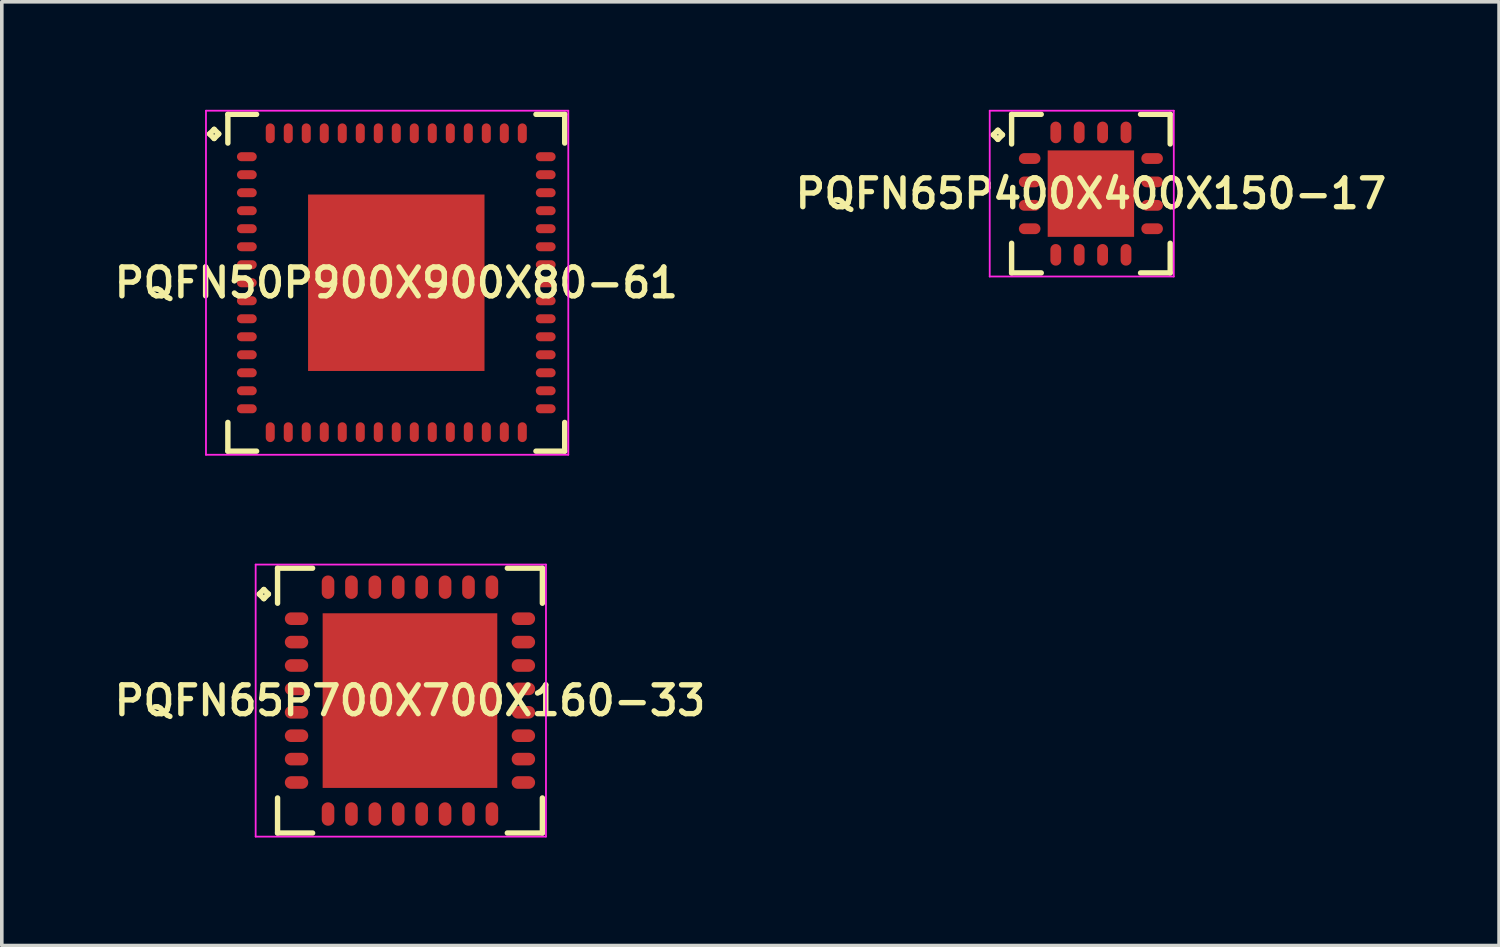
<source format=kicad_pcb>
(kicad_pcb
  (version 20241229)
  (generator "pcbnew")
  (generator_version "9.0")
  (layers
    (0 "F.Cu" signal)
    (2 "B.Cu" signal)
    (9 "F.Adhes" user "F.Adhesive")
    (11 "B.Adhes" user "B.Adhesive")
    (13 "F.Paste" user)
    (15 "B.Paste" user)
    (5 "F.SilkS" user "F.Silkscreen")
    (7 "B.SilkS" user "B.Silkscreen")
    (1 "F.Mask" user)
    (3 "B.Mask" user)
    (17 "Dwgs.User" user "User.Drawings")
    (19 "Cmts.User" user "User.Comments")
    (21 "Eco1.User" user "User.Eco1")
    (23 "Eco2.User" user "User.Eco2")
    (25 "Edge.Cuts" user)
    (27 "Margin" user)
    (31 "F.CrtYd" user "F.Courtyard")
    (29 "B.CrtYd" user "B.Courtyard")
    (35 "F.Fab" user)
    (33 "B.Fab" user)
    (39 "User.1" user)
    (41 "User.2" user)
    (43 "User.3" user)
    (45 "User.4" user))
  (footprint "PQFN65P400X400X150-17"
    (layer "F.Cu")
    (at 27.245 2.327)
    (property "Reference" "PQFN65P400X400X150-17" (at 0 0 0) (layer "F.SilkS") (effects (font (size 0.8 0.8) (thickness 0.15))))
    (attr smd)
    (fp_line (start -2.71 -1.633) (end -2.583 -1.76) (stroke (width 0.15) (type solid)) (layer "F.SilkS"))
    (fp_line (start -2.583 -1.76) (end -2.456 -1.633) (stroke (width 0.15) (type solid)) (layer "F.SilkS"))
    (fp_line (start -2.583 -1.506) (end -2.71 -1.633) (stroke (width 0.15) (type solid)) (layer "F.SilkS"))
    (fp_line (start -2.456 -1.633) (end -2.583 -1.506) (stroke (width 0.15) (type solid)) (layer "F.SilkS"))
    (fp_line (start -2.202 -2.202) (end -1.379 -2.202) (stroke (width 0.15) (type solid)) (layer "F.SilkS"))
    (fp_line (start -2.202 -1.379) (end -2.202 -2.202) (stroke (width 0.15) (type solid)) (layer "F.SilkS"))
    (fp_line (start -2.202 1.379) (end -2.202 2.202) (stroke (width 0.15) (type solid)) (layer "F.SilkS"))
    (fp_line (start -2.202 2.202) (end -1.379 2.202) (stroke (width 0.15) (type solid)) (layer "F.SilkS"))
    (fp_line (start 1.379 -2.202) (end 2.202 -2.202) (stroke (width 0.15) (type solid)) (layer "F.SilkS"))
    (fp_line (start 1.379 2.202) (end 2.202 2.202) (stroke (width 0.15) (type solid)) (layer "F.SilkS"))
    (fp_line (start 2.202 -2.202) (end 2.202 -1.379) (stroke (width 0.15) (type solid)) (layer "F.SilkS"))
    (fp_line (start 2.202 2.202) (end 2.202 1.379) (stroke (width 0.15) (type solid)) (layer "F.SilkS"))
    (fp_line (start -2.81 -2.302) (end 2.302 -2.302) (stroke (width 0.05) (type solid)) (layer "F.CrtYd"))
    (fp_line (start -2.81 2.302) (end -2.81 -2.302) (stroke (width 0.05) (type solid)) (layer "F.CrtYd"))
    (fp_line (start 2.302 -2.302) (end 2.302 2.302) (stroke (width 0.05) (type solid)) (layer "F.CrtYd"))
    (fp_line (start 2.302 2.302) (end -2.81 2.302) (stroke (width 0.05) (type solid)) (layer "F.CrtYd"))
    (pad "1" smd oval (at -1.7 -0.975) (size 0.6 0.3) (layers "F.Cu" "F.Mask" "F.Paste"))
    (pad "2" smd oval (at -1.7 -0.325) (size 0.6 0.3) (layers "F.Cu" "F.Mask" "F.Paste"))
    (pad "3" smd oval (at -1.7 0.325) (size 0.6 0.3) (layers "F.Cu" "F.Mask" "F.Paste"))
    (pad "4" smd oval (at -1.7 0.975) (size 0.6 0.3) (layers "F.Cu" "F.Mask" "F.Paste"))
    (pad "5" smd oval (at -0.975 1.7) (size 0.3 0.6) (layers "F.Cu" "F.Mask" "F.Paste"))
    (pad "6" smd oval (at -0.325 1.7) (size 0.3 0.6) (layers "F.Cu" "F.Mask" "F.Paste"))
    (pad "7" smd oval (at 0.325 1.7) (size 0.3 0.6) (layers "F.Cu" "F.Mask" "F.Paste"))
    (pad "8" smd oval (at 0.975 1.7) (size 0.3 0.6) (layers "F.Cu" "F.Mask" "F.Paste"))
    (pad "9" smd oval (at 1.7 0.975) (size 0.6 0.3) (layers "F.Cu" "F.Mask" "F.Paste"))
    (pad "10" smd oval (at 1.7 0.325) (size 0.6 0.3) (layers "F.Cu" "F.Mask" "F.Paste"))
    (pad "11" smd oval (at 1.7 -0.325) (size 0.6 0.3) (layers "F.Cu" "F.Mask" "F.Paste"))
    (pad "12" smd oval (at 1.7 -0.975) (size 0.6 0.3) (layers "F.Cu" "F.Mask" "F.Paste"))
    (pad "13" smd oval (at 0.975 -1.7) (size 0.3 0.6) (layers "F.Cu" "F.Mask" "F.Paste"))
    (pad "14" smd oval (at 0.325 -1.7) (size 0.3 0.6) (layers "F.Cu" "F.Mask" "F.Paste"))
    (pad "15" smd oval (at -0.325 -1.7) (size 0.3 0.6) (layers "F.Cu" "F.Mask" "F.Paste"))
    (pad "16" smd oval (at -0.975 -1.7) (size 0.3 0.6) (layers "F.Cu" "F.Mask" "F.Paste"))
    (pad "17" smd rect (at 0 0) (size 2.4 2.4) (layers "F.Cu" "F.Mask" "F.Paste")))
  (footprint "PQFN50P900X900X80-61"
    (layer "F.Cu")
    (at 7.955 4.802)
    (property "Reference" "PQFN50P900X900X80-61" (at 0 0 0) (layer "F.SilkS") (effects (font (size 0.8 0.8) (thickness 0.15))))
    (attr smd)
    (fp_line (start -5.185 -4.133) (end -5.058 -4.26) (stroke (width 0.15) (type solid)) (layer "F.SilkS"))
    (fp_line (start -5.058 -4.26) (end -4.931 -4.133) (stroke (width 0.15) (type solid)) (layer "F.SilkS"))
    (fp_line (start -5.058 -4.006) (end -5.185 -4.133) (stroke (width 0.15) (type solid)) (layer "F.SilkS"))
    (fp_line (start -4.931 -4.133) (end -5.058 -4.006) (stroke (width 0.15) (type solid)) (layer "F.SilkS"))
    (fp_line (start -4.677 -4.677) (end -3.879 -4.677) (stroke (width 0.15) (type solid)) (layer "F.SilkS"))
    (fp_line (start -4.677 -3.879) (end -4.677 -4.677) (stroke (width 0.15) (type solid)) (layer "F.SilkS"))
    (fp_line (start -4.677 3.879) (end -4.677 4.677) (stroke (width 0.15) (type solid)) (layer "F.SilkS"))
    (fp_line (start -4.677 4.677) (end -3.879 4.677) (stroke (width 0.15) (type solid)) (layer "F.SilkS"))
    (fp_line (start 3.879 -4.677) (end 4.677 -4.677) (stroke (width 0.15) (type solid)) (layer "F.SilkS"))
    (fp_line (start 3.879 4.677) (end 4.677 4.677) (stroke (width 0.15) (type solid)) (layer "F.SilkS"))
    (fp_line (start 4.677 -4.677) (end 4.677 -3.879) (stroke (width 0.15) (type solid)) (layer "F.SilkS"))
    (fp_line (start 4.677 4.677) (end 4.677 3.879) (stroke (width 0.15) (type solid)) (layer "F.SilkS"))
    (fp_line (start -5.285 -4.777) (end 4.777 -4.777) (stroke (width 0.05) (type solid)) (layer "F.CrtYd"))
    (fp_line (start -5.285 4.777) (end -5.285 -4.777) (stroke (width 0.05) (type solid)) (layer "F.CrtYd"))
    (fp_line (start 4.777 -4.777) (end 4.777 4.777) (stroke (width 0.05) (type solid)) (layer "F.CrtYd"))
    (fp_line (start 4.777 4.777) (end -5.285 4.777) (stroke (width 0.05) (type solid)) (layer "F.CrtYd"))
    (pad "1" smd oval (at -4.15 -3.5) (size 0.55 0.25) (layers "F.Cu" "F.Mask" "F.Paste"))
    (pad "2" smd oval (at -4.15 -3) (size 0.55 0.25) (layers "F.Cu" "F.Mask" "F.Paste"))
    (pad "3" smd oval (at -4.15 -2.5) (size 0.55 0.25) (layers "F.Cu" "F.Mask" "F.Paste"))
    (pad "4" smd oval (at -4.15 -2) (size 0.55 0.25) (layers "F.Cu" "F.Mask" "F.Paste"))
    (pad "5" smd oval (at -4.15 -1.5) (size 0.55 0.25) (layers "F.Cu" "F.Mask" "F.Paste"))
    (pad "6" smd oval (at -4.15 -1) (size 0.55 0.25) (layers "F.Cu" "F.Mask" "F.Paste"))
    (pad "7" smd oval (at -4.15 -0.5) (size 0.55 0.25) (layers "F.Cu" "F.Mask" "F.Paste"))
    (pad "8" smd oval (at -4.15 0) (size 0.55 0.25) (layers "F.Cu" "F.Mask" "F.Paste"))
    (pad "9" smd oval (at -4.15 0.5) (size 0.55 0.25) (layers "F.Cu" "F.Mask" "F.Paste"))
    (pad "10" smd oval (at -4.15 1) (size 0.55 0.25) (layers "F.Cu" "F.Mask" "F.Paste"))
    (pad "11" smd oval (at -4.15 1.5) (size 0.55 0.25) (layers "F.Cu" "F.Mask" "F.Paste"))
    (pad "12" smd oval (at -4.15 2) (size 0.55 0.25) (layers "F.Cu" "F.Mask" "F.Paste"))
    (pad "13" smd oval (at -4.15 2.5) (size 0.55 0.25) (layers "F.Cu" "F.Mask" "F.Paste"))
    (pad "14" smd oval (at -4.15 3) (size 0.55 0.25) (layers "F.Cu" "F.Mask" "F.Paste"))
    (pad "15" smd oval (at -4.15 3.5) (size 0.55 0.25) (layers "F.Cu" "F.Mask" "F.Paste"))
    (pad "16" smd oval (at -3.5 4.15) (size 0.25 0.55) (layers "F.Cu" "F.Mask" "F.Paste"))
    (pad "17" smd oval (at -3 4.15) (size 0.25 0.55) (layers "F.Cu" "F.Mask" "F.Paste"))
    (pad "18" smd oval (at -2.5 4.15) (size 0.25 0.55) (layers "F.Cu" "F.Mask" "F.Paste"))
    (pad "19" smd oval (at -2 4.15) (size 0.25 0.55) (layers "F.Cu" "F.Mask" "F.Paste"))
    (pad "20" smd oval (at -1.5 4.15) (size 0.25 0.55) (layers "F.Cu" "F.Mask" "F.Paste"))
    (pad "21" smd oval (at -1 4.15) (size 0.25 0.55) (layers "F.Cu" "F.Mask" "F.Paste"))
    (pad "22" smd oval (at -0.5 4.15) (size 0.25 0.55) (layers "F.Cu" "F.Mask" "F.Paste"))
    (pad "23" smd oval (at 0 4.15) (size 0.25 0.55) (layers "F.Cu" "F.Mask" "F.Paste"))
    (pad "24" smd oval (at 0.5 4.15) (size 0.25 0.55) (layers "F.Cu" "F.Mask" "F.Paste"))
    (pad "25" smd oval (at 1 4.15) (size 0.25 0.55) (layers "F.Cu" "F.Mask" "F.Paste"))
    (pad "26" smd oval (at 1.5 4.15) (size 0.25 0.55) (layers "F.Cu" "F.Mask" "F.Paste"))
    (pad "27" smd oval (at 2 4.15) (size 0.25 0.55) (layers "F.Cu" "F.Mask" "F.Paste"))
    (pad "28" smd oval (at 2.5 4.15) (size 0.25 0.55) (layers "F.Cu" "F.Mask" "F.Paste"))
    (pad "29" smd oval (at 3 4.15) (size 0.25 0.55) (layers "F.Cu" "F.Mask" "F.Paste"))
    (pad "30" smd oval (at 3.5 4.15) (size 0.25 0.55) (layers "F.Cu" "F.Mask" "F.Paste"))
    (pad "31" smd oval (at 4.15 3.5) (size 0.55 0.25) (layers "F.Cu" "F.Mask" "F.Paste"))
    (pad "32" smd oval (at 4.15 3) (size 0.55 0.25) (layers "F.Cu" "F.Mask" "F.Paste"))
    (pad "33" smd oval (at 4.15 2.5) (size 0.55 0.25) (layers "F.Cu" "F.Mask" "F.Paste"))
    (pad "34" smd oval (at 4.15 2) (size 0.55 0.25) (layers "F.Cu" "F.Mask" "F.Paste"))
    (pad "35" smd oval (at 4.15 1.5) (size 0.55 0.25) (layers "F.Cu" "F.Mask" "F.Paste"))
    (pad "36" smd oval (at 4.15 1) (size 0.55 0.25) (layers "F.Cu" "F.Mask" "F.Paste"))
    (pad "37" smd oval (at 4.15 0.5) (size 0.55 0.25) (layers "F.Cu" "F.Mask" "F.Paste"))
    (pad "38" smd oval (at 4.15 0) (size 0.55 0.25) (layers "F.Cu" "F.Mask" "F.Paste"))
    (pad "39" smd oval (at 4.15 -0.5) (size 0.55 0.25) (layers "F.Cu" "F.Mask" "F.Paste"))
    (pad "40" smd oval (at 4.15 -1) (size 0.55 0.25) (layers "F.Cu" "F.Mask" "F.Paste"))
    (pad "41" smd oval (at 4.15 -1.5) (size 0.55 0.25) (layers "F.Cu" "F.Mask" "F.Paste"))
    (pad "42" smd oval (at 4.15 -2) (size 0.55 0.25) (layers "F.Cu" "F.Mask" "F.Paste"))
    (pad "43" smd oval (at 4.15 -2.5) (size 0.55 0.25) (layers "F.Cu" "F.Mask" "F.Paste"))
    (pad "44" smd oval (at 4.15 -3) (size 0.55 0.25) (layers "F.Cu" "F.Mask" "F.Paste"))
    (pad "45" smd oval (at 4.15 -3.5) (size 0.55 0.25) (layers "F.Cu" "F.Mask" "F.Paste"))
    (pad "46" smd oval (at 3.5 -4.15) (size 0.25 0.55) (layers "F.Cu" "F.Mask" "F.Paste"))
    (pad "47" smd oval (at 3 -4.15) (size 0.25 0.55) (layers "F.Cu" "F.Mask" "F.Paste"))
    (pad "48" smd oval (at 2.5 -4.15) (size 0.25 0.55) (layers "F.Cu" "F.Mask" "F.Paste"))
    (pad "49" smd oval (at 2 -4.15) (size 0.25 0.55) (layers "F.Cu" "F.Mask" "F.Paste"))
    (pad "50" smd oval (at 1.5 -4.15) (size 0.25 0.55) (layers "F.Cu" "F.Mask" "F.Paste"))
    (pad "51" smd oval (at 1 -4.15) (size 0.25 0.55) (layers "F.Cu" "F.Mask" "F.Paste"))
    (pad "52" smd oval (at 0.5 -4.15) (size 0.25 0.55) (layers "F.Cu" "F.Mask" "F.Paste"))
    (pad "53" smd oval (at 0 -4.15) (size 0.25 0.55) (layers "F.Cu" "F.Mask" "F.Paste"))
    (pad "54" smd oval (at -0.5 -4.15) (size 0.25 0.55) (layers "F.Cu" "F.Mask" "F.Paste"))
    (pad "55" smd oval (at -1 -4.15) (size 0.25 0.55) (layers "F.Cu" "F.Mask" "F.Paste"))
    (pad "56" smd oval (at -1.5 -4.15) (size 0.25 0.55) (layers "F.Cu" "F.Mask" "F.Paste"))
    (pad "57" smd oval (at -2 -4.15) (size 0.25 0.55) (layers "F.Cu" "F.Mask" "F.Paste"))
    (pad "58" smd oval (at -2.5 -4.15) (size 0.25 0.55) (layers "F.Cu" "F.Mask" "F.Paste"))
    (pad "59" smd oval (at -3 -4.15) (size 0.25 0.55) (layers "F.Cu" "F.Mask" "F.Paste"))
    (pad "60" smd oval (at -3.5 -4.15) (size 0.25 0.55) (layers "F.Cu" "F.Mask" "F.Paste"))
    (pad "61" smd rect (at 0 0) (size 4.9 4.9) (layers "F.Cu" "F.Mask" "F.Paste")))
  (footprint "PQFN65P700X700X160-33"
    (layer "F.Cu")
    (at 8.335 16.406)
    (property "Reference" "PQFN65P700X700X160-33" (at 0 0 0) (layer "F.SilkS") (effects (font (size 0.8 0.8) (thickness 0.15))))
    (attr smd)
    (fp_line (start -4.185 -2.958) (end -4.058 -3.085) (stroke (width 0.15) (type solid)) (layer "F.SilkS"))
    (fp_line (start -4.058 -3.085) (end -3.931 -2.958) (stroke (width 0.15) (type solid)) (layer "F.SilkS"))
    (fp_line (start -4.058 -2.831) (end -4.185 -2.958) (stroke (width 0.15) (type solid)) (layer "F.SilkS"))
    (fp_line (start -3.931 -2.958) (end -4.058 -2.831) (stroke (width 0.15) (type solid)) (layer "F.SilkS"))
    (fp_line (start -3.677 -3.677) (end -2.704 -3.677) (stroke (width 0.15) (type solid)) (layer "F.SilkS"))
    (fp_line (start -3.677 -2.704) (end -3.677 -3.677) (stroke (width 0.15) (type solid)) (layer "F.SilkS"))
    (fp_line (start -3.677 2.704) (end -3.677 3.677) (stroke (width 0.15) (type solid)) (layer "F.SilkS"))
    (fp_line (start -3.677 3.677) (end -2.704 3.677) (stroke (width 0.15) (type solid)) (layer "F.SilkS"))
    (fp_line (start 2.704 -3.677) (end 3.677 -3.677) (stroke (width 0.15) (type solid)) (layer "F.SilkS"))
    (fp_line (start 2.704 3.677) (end 3.677 3.677) (stroke (width 0.15) (type solid)) (layer "F.SilkS"))
    (fp_line (start 3.677 -3.677) (end 3.677 -2.704) (stroke (width 0.15) (type solid)) (layer "F.SilkS"))
    (fp_line (start 3.677 3.677) (end 3.677 2.704) (stroke (width 0.15) (type solid)) (layer "F.SilkS"))
    (fp_line (start -4.285 -3.777) (end 3.777 -3.777) (stroke (width 0.05) (type solid)) (layer "F.CrtYd"))
    (fp_line (start -4.285 3.777) (end -4.285 -3.777) (stroke (width 0.05) (type solid)) (layer "F.CrtYd"))
    (fp_line (start 3.777 -3.777) (end 3.777 3.777) (stroke (width 0.05) (type solid)) (layer "F.CrtYd"))
    (fp_line (start 3.777 3.777) (end -4.285 3.777) (stroke (width 0.05) (type solid)) (layer "F.CrtYd"))
    (pad "1" smd oval (at -3.15 -2.275) (size 0.65 0.35) (layers "F.Cu" "F.Mask" "F.Paste"))
    (pad "2" smd oval (at -3.15 -1.625) (size 0.65 0.35) (layers "F.Cu" "F.Mask" "F.Paste"))
    (pad "3" smd oval (at -3.15 -0.975) (size 0.65 0.35) (layers "F.Cu" "F.Mask" "F.Paste"))
    (pad "4" smd oval (at -3.15 -0.325) (size 0.65 0.35) (layers "F.Cu" "F.Mask" "F.Paste"))
    (pad "5" smd oval (at -3.15 0.325) (size 0.65 0.35) (layers "F.Cu" "F.Mask" "F.Paste"))
    (pad "6" smd oval (at -3.15 0.975) (size 0.65 0.35) (layers "F.Cu" "F.Mask" "F.Paste"))
    (pad "7" smd oval (at -3.15 1.625) (size 0.65 0.35) (layers "F.Cu" "F.Mask" "F.Paste"))
    (pad "8" smd oval (at -3.15 2.275) (size 0.65 0.35) (layers "F.Cu" "F.Mask" "F.Paste"))
    (pad "9" smd oval (at -2.275 3.15) (size 0.35 0.65) (layers "F.Cu" "F.Mask" "F.Paste"))
    (pad "10" smd oval (at -1.625 3.15) (size 0.35 0.65) (layers "F.Cu" "F.Mask" "F.Paste"))
    (pad "11" smd oval (at -0.975 3.15) (size 0.35 0.65) (layers "F.Cu" "F.Mask" "F.Paste"))
    (pad "12" smd oval (at -0.325 3.15) (size 0.35 0.65) (layers "F.Cu" "F.Mask" "F.Paste"))
    (pad "13" smd oval (at 0.325 3.15) (size 0.35 0.65) (layers "F.Cu" "F.Mask" "F.Paste"))
    (pad "14" smd oval (at 0.975 3.15) (size 0.35 0.65) (layers "F.Cu" "F.Mask" "F.Paste"))
    (pad "15" smd oval (at 1.625 3.15) (size 0.35 0.65) (layers "F.Cu" "F.Mask" "F.Paste"))
    (pad "16" smd oval (at 2.275 3.15) (size 0.35 0.65) (layers "F.Cu" "F.Mask" "F.Paste"))
    (pad "17" smd oval (at 3.15 2.275) (size 0.65 0.35) (layers "F.Cu" "F.Mask" "F.Paste"))
    (pad "18" smd oval (at 3.15 1.625) (size 0.65 0.35) (layers "F.Cu" "F.Mask" "F.Paste"))
    (pad "19" smd oval (at 3.15 0.975) (size 0.65 0.35) (layers "F.Cu" "F.Mask" "F.Paste"))
    (pad "20" smd oval (at 3.15 0.325) (size 0.65 0.35) (layers "F.Cu" "F.Mask" "F.Paste"))
    (pad "21" smd oval (at 3.15 -0.325) (size 0.65 0.35) (layers "F.Cu" "F.Mask" "F.Paste"))
    (pad "22" smd oval (at 3.15 -0.975) (size 0.65 0.35) (layers "F.Cu" "F.Mask" "F.Paste"))
    (pad "23" smd oval (at 3.15 -1.625) (size 0.65 0.35) (layers "F.Cu" "F.Mask" "F.Paste"))
    (pad "24" smd oval (at 3.15 -2.275) (size 0.65 0.35) (layers "F.Cu" "F.Mask" "F.Paste"))
    (pad "25" smd oval (at 2.275 -3.15) (size 0.35 0.65) (layers "F.Cu" "F.Mask" "F.Paste"))
    (pad "26" smd oval (at 1.625 -3.15) (size 0.35 0.65) (layers "F.Cu" "F.Mask" "F.Paste"))
    (pad "27" smd oval (at 0.975 -3.15) (size 0.35 0.65) (layers "F.Cu" "F.Mask" "F.Paste"))
    (pad "28" smd oval (at 0.325 -3.15) (size 0.35 0.65) (layers "F.Cu" "F.Mask" "F.Paste"))
    (pad "29" smd oval (at -0.325 -3.15) (size 0.35 0.65) (layers "F.Cu" "F.Mask" "F.Paste"))
    (pad "30" smd oval (at -0.975 -3.15) (size 0.35 0.65) (layers "F.Cu" "F.Mask" "F.Paste"))
    (pad "31" smd oval (at -1.625 -3.15) (size 0.35 0.65) (layers "F.Cu" "F.Mask" "F.Paste"))
    (pad "32" smd oval (at -2.275 -3.15) (size 0.35 0.65) (layers "F.Cu" "F.Mask" "F.Paste"))
    (pad "33" smd rect (at 0 0) (size 4.85 4.85) (layers "F.Cu" "F.Mask" "F.Paste")))
  (gr_rect
    (start -3 -3)
    (end 38.58 23.208)
    (stroke (width 0.1) (type default))
    (fill no)
    (layer "Edge.Cuts")))
</source>
